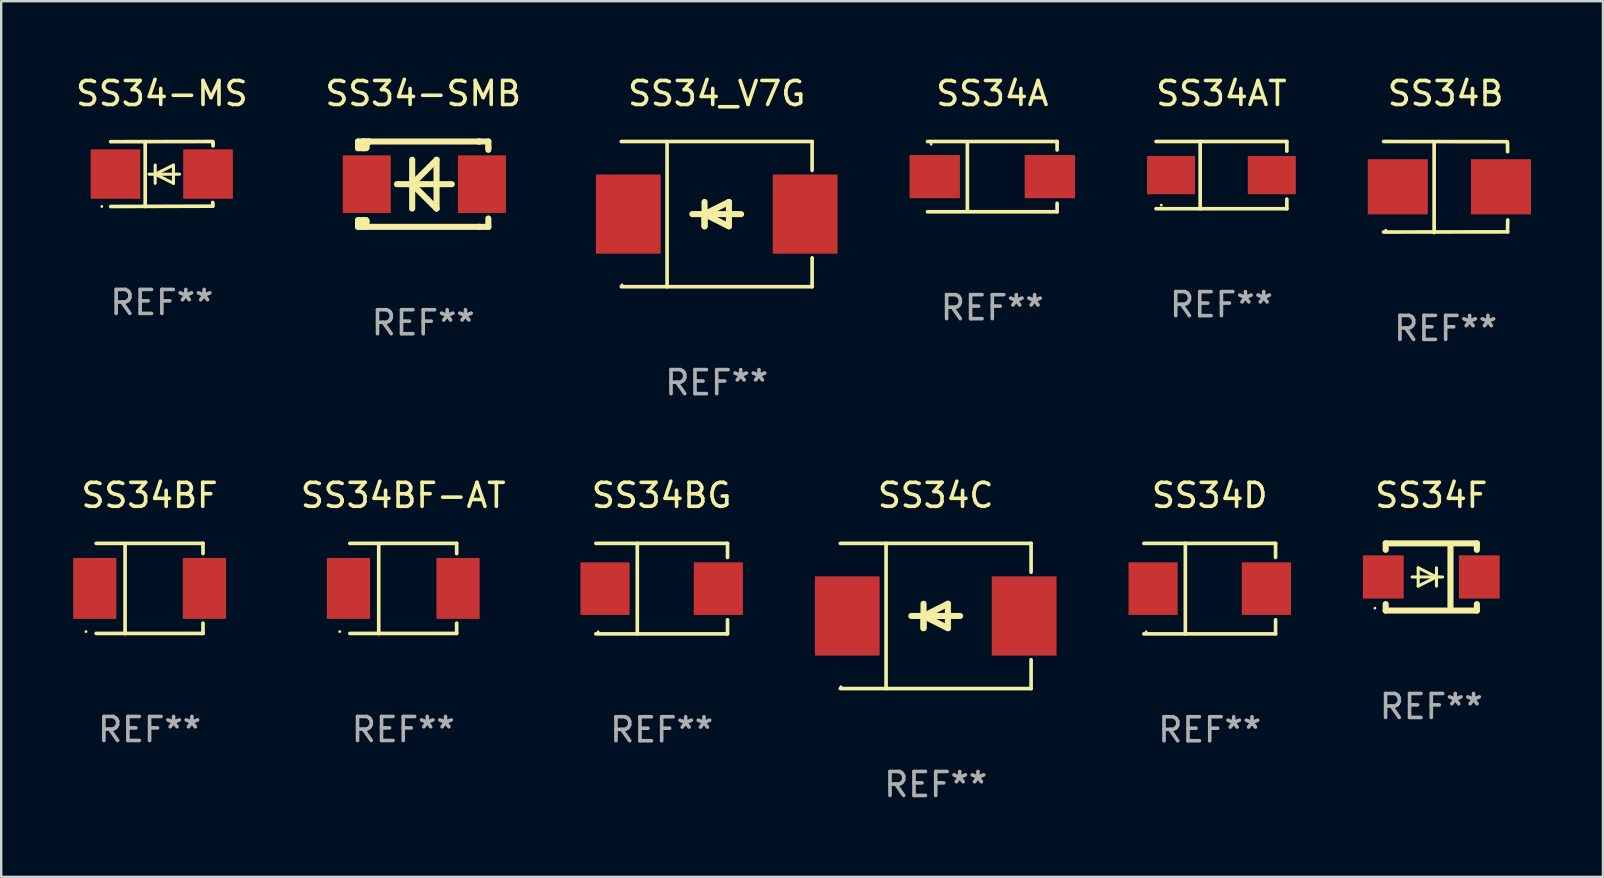
<source format=kicad_pcb>
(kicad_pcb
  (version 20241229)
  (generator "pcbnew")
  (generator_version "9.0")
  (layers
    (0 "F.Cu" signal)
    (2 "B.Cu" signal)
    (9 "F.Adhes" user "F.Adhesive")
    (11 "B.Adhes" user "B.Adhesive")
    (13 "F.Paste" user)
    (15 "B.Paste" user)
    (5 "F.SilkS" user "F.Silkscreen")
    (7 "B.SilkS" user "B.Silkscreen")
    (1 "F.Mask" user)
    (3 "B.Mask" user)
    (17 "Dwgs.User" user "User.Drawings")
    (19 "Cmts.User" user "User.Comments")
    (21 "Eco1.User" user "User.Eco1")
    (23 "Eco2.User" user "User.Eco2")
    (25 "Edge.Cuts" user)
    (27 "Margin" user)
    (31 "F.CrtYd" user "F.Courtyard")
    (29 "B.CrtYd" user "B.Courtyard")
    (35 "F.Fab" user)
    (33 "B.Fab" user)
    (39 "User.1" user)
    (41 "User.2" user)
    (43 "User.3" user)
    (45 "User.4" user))
  (footprint "SS34-SMB"
    (layer "F.Cu")
    (at 14.589 4.626)
    (property "Reference" "SS34-SMB" (at 0 -3.778 0) (layer "F.SilkS") (effects (font (size 1 1) (thickness 0.15))))
    (attr through_hole)
    (fp_line (start -2.715 -1.778) (end -2.715 -1.501) (stroke (width 0.254) (type solid)) (layer "F.SilkS"))
    (fp_line (start -2.715 -1.501) (end -2.505 -1.501) (stroke (width 0.254) (type solid)) (layer "F.SilkS"))
    (fp_line (start -2.715 1.501) (end -2.715 1.778) (stroke (width 0.254) (type solid)) (layer "F.SilkS"))
    (fp_line (start -2.715 1.501) (end -2.505 1.501) (stroke (width 0.254) (type solid)) (layer "F.SilkS"))
    (fp_line (start -2.715 1.778) (end -2.504 1.778) (stroke (width 0.254) (type solid)) (layer "F.SilkS"))
    (fp_line (start -2.505 -1.778) (end -2.715 -1.778) (stroke (width 0.254) (type solid)) (layer "F.SilkS"))
    (fp_line (start -2.505 -1.778) (end -2.238 -1.778) (stroke (width 0.254) (type solid)) (layer "F.SilkS"))
    (fp_line (start -2.505 -1.501) (end -2.505 -1.651) (stroke (width 0.254) (type solid)) (layer "F.SilkS"))
    (fp_line (start -2.505 -1.501) (end -2.388 -1.501) (stroke (width 0.254) (type solid)) (layer "F.SilkS"))
    (fp_line (start -2.505 1.501) (end -2.505 1.778) (stroke (width 0.254) (type solid)) (layer "F.SilkS"))
    (fp_line (start -2.505 1.501) (end -2.388 1.501) (stroke (width 0.254) (type solid)) (layer "F.SilkS"))
    (fp_line (start -2.388 1.501) (end -2.365 1.524) (stroke (width 0.254) (type solid)) (layer "F.SilkS"))
    (fp_line (start -2.388 -1.501) (end -2.365 -1.524) (stroke (width 0.254) (type solid)) (layer "F.SilkS"))
    (fp_line (start -2.365 -1.651) (end -2.505 -1.778) (stroke (width 0.254) (type solid)) (layer "F.SilkS"))
    (fp_line (start -2.365 -1.524) (end -2.365 -1.651) (stroke (width 0.254) (type solid)) (layer "F.SilkS"))
    (fp_line (start -2.365 1.524) (end -2.365 1.778) (stroke (width 0.254) (type solid)) (layer "F.SilkS"))
    (fp_line (start -2.239 -1.778) (end 2.333 -1.778) (stroke (width 0.254) (type solid)) (layer "F.SilkS"))
    (fp_line (start -2.238 -1.778) (end -2.505 -1.778) (stroke (width 0.254) (type solid)) (layer "F.SilkS"))
    (fp_line (start -1.095 0) (end 1.191 0) (stroke (width 0.254) (type solid)) (layer "F.SilkS"))
    (fp_line (start -0.46 -1.016) (end -0.46 1.016) (stroke (width 0.254) (type solid)) (layer "F.SilkS"))
    (fp_line (start -0.46 -0.000127) (end 0.556 1.016) (stroke (width 0.254) (type solid)) (layer "F.SilkS"))
    (fp_line (start 0.556 -1.016) (end 0.556 1.016) (stroke (width 0.254) (type solid)) (layer "F.SilkS"))
    (fp_line (start 0.556 -1.016) (end -0.46 -0.000127) (stroke (width 0.254) (type solid)) (layer "F.SilkS"))
    (fp_line (start 2.333 -1.778) (end 2.333 -1.778) (stroke (width 0.254) (type solid)) (layer "F.SilkS"))
    (fp_line (start 2.333 -1.778) (end 2.715 -1.778) (stroke (width 0.254) (type solid)) (layer "F.SilkS"))
    (fp_line (start 2.334 1.778) (end -2.504 1.778) (stroke (width 0.254) (type solid)) (layer "F.SilkS"))
    (fp_line (start 2.715 -1.778) (end 2.715 -1.524) (stroke (width 0.254) (type solid)) (layer "F.SilkS"))
    (fp_line (start 2.715 -1.524) (end 2.715 -1.431) (stroke (width 0.254) (type solid)) (layer "F.SilkS"))
    (fp_line (start 2.715 1.431) (end 2.715 1.778) (stroke (width 0.254) (type solid)) (layer "F.SilkS"))
    (fp_line (start 2.715 1.778) (end 2.334 1.778) (stroke (width 0.254) (type solid)) (layer "F.SilkS"))
    (fp_circle (center -2.602 1.8) (end -2.572 1.8) (stroke (width 0.06) (type solid)) (fill no) (layer "F.SilkS"))
    (fp_text user "REF**" (at 0 5.778 0) (layer "F.Fab") (effects (font (size 1 1) (thickness 0.15))))
    (pad "1" smd rect (at -2.352 -0.000076) (size 2 2.4) (layers "F.Cu" "F.Mask" "F.Paste"))
    (pad "2" smd rect (at 2.448 -0.000076) (size 2 2.4) (layers "F.Cu" "F.Mask" "F.Paste")))
  (footprint "SS34A"
    (layer "F.Cu")
    (at 38.308 4.312)
    (property "Reference" "SS34A" (at 0 -3.464 0) (layer "F.SilkS") (effects (font (size 1 1) (thickness 0.15))))
    (attr through_hole)
    (fp_line (start -2.701 -1.464) (end 2.701 -1.464) (stroke (width 0.152) (type solid)) (layer "F.SilkS"))
    (fp_line (start -2.701 1.464) (end 2.701 1.464) (stroke (width 0.152) (type solid)) (layer "F.SilkS"))
    (fp_line (start -1.039 -1.364) (end -1.039 1.364) (stroke (width 0.152) (type solid)) (layer "F.SilkS"))
    (fp_line (start 2.701 -1.464) (end 2.701 -1.113) (stroke (width 0.152) (type solid)) (layer "F.SilkS"))
    (fp_line (start 2.701 1.464) (end 2.701 1.113) (stroke (width 0.152) (type solid)) (layer "F.SilkS"))
    (fp_circle (center -2.55 -1.35) (end -2.52 -1.35) (stroke (width 0.06) (type solid)) (fill no) (layer "F.SilkS"))
    (fp_text user "REF**" (at 0 5.464 0) (layer "F.Fab") (effects (font (size 1 1) (thickness 0.15))))
    (pad "1" smd rect (at -2.4 0) (size 2.1 1.8) (layers "F.Cu" "F.Mask" "F.Paste"))
    (pad "2" smd rect (at 2.4 0) (size 2.1 1.8) (layers "F.Cu" "F.Mask" "F.Paste")))
  (footprint "SS34C"
    (layer "F.Cu")
    (at 35.949 22.623)
    (property "Reference" "SS34C" (at 0 -5.026 0) (layer "F.SilkS") (effects (font (size 1 1) (thickness 0.15))))
    (attr through_hole)
    (fp_line (start -3.976 -3.026) (end 3.976 -3.026) (stroke (width 0.152) (type solid)) (layer "F.SilkS"))
    (fp_line (start -3.976 3.026) (end 3.976 3.026) (stroke (width 0.152) (type solid)) (layer "F.SilkS"))
    (fp_line (start -2.069 -3.026) (end -2.069 3.026) (stroke (width 0.152) (type solid)) (layer "F.SilkS"))
    (fp_line (start -0.508 0) (end -0.508 0.508) (stroke (width 0.254) (type solid)) (layer "F.SilkS"))
    (fp_line (start -0.508 0) (end 0.508 0.508) (stroke (width 0.254) (type solid)) (layer "F.SilkS"))
    (fp_line (start -0.508 0.508) (end -0.508 -0.508) (stroke (width 0.254) (type solid)) (layer "F.SilkS"))
    (fp_line (start 0.508 -0.508) (end -0.508 0) (stroke (width 0.254) (type solid)) (layer "F.SilkS"))
    (fp_line (start 0.508 0.508) (end 0.508 -0.508) (stroke (width 0.254) (type solid)) (layer "F.SilkS"))
    (fp_line (start 1.016 0) (end -1.016 0) (stroke (width 0.254) (type solid)) (layer "F.SilkS"))
    (fp_line (start 3.976 -3.026) (end 3.976 -1.823) (stroke (width 0.152) (type solid)) (layer "F.SilkS"))
    (fp_line (start 3.976 3.026) (end 3.976 1.823) (stroke (width 0.152) (type solid)) (layer "F.SilkS"))
    (fp_circle (center -3.95 2.95) (end -3.92 2.95) (stroke (width 0.06) (type solid)) (fill no) (layer "F.SilkS"))
    (fp_text user "REF**" (at 0 7.026 0) (layer "F.Fab") (effects (font (size 1 1) (thickness 0.15))))
    (pad "1" smd rect (at -3.686 0) (size 2.7 3.3) (layers "F.Cu" "F.Mask" "F.Paste"))
    (pad "2" smd rect (at 3.686 0) (size 2.7 3.3) (layers "F.Cu" "F.Mask" "F.Paste")))
  (footprint "SS34F"
    (layer "F.Cu")
    (at 56.604 20.997)
    (property "Reference" "SS34F" (at 0 -3.4 0) (layer "F.SilkS") (effects (font (size 1 1) (thickness 0.15))))
    (attr through_hole)
    (fp_line (start -1.9 -1.4) (end -1.9 -1.131) (stroke (width 0.254) (type solid)) (layer "F.SilkS"))
    (fp_line (start -1.9 -1.4) (end 1.9 -1.4) (stroke (width 0.254) (type solid)) (layer "F.SilkS"))
    (fp_line (start -1.9 1.131) (end -1.9 1.4) (stroke (width 0.254) (type solid)) (layer "F.SilkS"))
    (fp_line (start -1.9 1.4) (end 1.9 1.4) (stroke (width 0.254) (type solid)) (layer "F.SilkS"))
    (fp_line (start -0.8 0) (end 0.47 0) (stroke (width 0.127) (type solid)) (layer "F.SilkS"))
    (fp_line (start -0.546 -0.381) (end 0.216 0) (stroke (width 0.127) (type solid)) (layer "F.SilkS"))
    (fp_line (start -0.546 0) (end -0.546 -0.381) (stroke (width 0.127) (type solid)) (layer "F.SilkS"))
    (fp_line (start -0.546 0) (end -0.546 0.381) (stroke (width 0.127) (type solid)) (layer "F.SilkS"))
    (fp_line (start -0.546 0.381) (end 0.216 0) (stroke (width 0.127) (type solid)) (layer "F.SilkS"))
    (fp_line (start 0.216 0) (end 0.216 -0.381) (stroke (width 0.127) (type solid)) (layer "F.SilkS"))
    (fp_line (start 0.216 0) (end 0.216 0.381) (stroke (width 0.127) (type solid)) (layer "F.SilkS"))
    (fp_line (start 0.8 1.25) (end 0.8 -1.25) (stroke (width 0.254) (type solid)) (layer "F.SilkS"))
    (fp_line (start 1.9 -1.4) (end 1.9 -1.131) (stroke (width 0.254) (type solid)) (layer "F.SilkS"))
    (fp_line (start 1.9 1.131) (end 1.9 1.4) (stroke (width 0.254) (type solid)) (layer "F.SilkS"))
    (fp_circle (center -2.35 1.3) (end -2.32 1.3) (stroke (width 0.06) (type solid)) (fill no) (layer "F.SilkS"))
    (fp_text user "REF**" (at 0 5.4 0) (layer "F.Fab") (effects (font (size 1 1) (thickness 0.15))))
    (pad "1" smd rect (at -2 0 180) (size 1.7 1.8) (layers "F.Cu" "F.Mask" "F.Paste"))
    (pad "2" smd rect (at 2 0 180) (size 1.7 1.8) (layers "F.Cu" "F.Mask" "F.Paste")))
  (footprint "SS34BG"
    (layer "F.Cu")
    (at 24.528 21.483)
    (property "Reference" "SS34BG" (at 0 -3.886 0) (layer "F.SilkS") (effects (font (size 1 1) (thickness 0.15))))
    (attr through_hole)
    (fp_line (start -2.744 -1.886) (end 2.744 -1.886) (stroke (width 0.152) (type solid)) (layer "F.SilkS"))
    (fp_line (start -2.744 1.886) (end 2.744 1.886) (stroke (width 0.152) (type solid)) (layer "F.SilkS"))
    (fp_line (start -1.016 -1.886) (end -1.016 1.886) (stroke (width 0.152) (type solid)) (layer "F.SilkS"))
    (fp_line (start 2.744 -1.886) (end 2.744 -1.299) (stroke (width 0.152) (type solid)) (layer "F.SilkS"))
    (fp_line (start 2.744 1.886) (end 2.744 1.299) (stroke (width 0.152) (type solid)) (layer "F.SilkS"))
    (fp_circle (center -2.65 1.8) (end -2.62 1.8) (stroke (width 0.06) (type solid)) (fill no) (layer "F.SilkS"))
    (fp_text user "REF**" (at 0 5.886 0) (layer "F.Fab") (effects (font (size 1 1) (thickness 0.15))))
    (pad "1" smd rect (at -2.361 0) (size 2.047 2.192) (layers "F.Cu" "F.Mask" "F.Paste"))
    (pad "2" smd rect (at 2.361 0) (size 2.047 2.192) (layers "F.Cu" "F.Mask" "F.Paste")))
  (footprint "SS34_V7G"
    (layer "F.Cu")
    (at 26.822 5.874)
    (property "Reference" "SS34_V7G" (at 0 -5.026 0) (layer "F.SilkS") (effects (font (size 1 1) (thickness 0.15))))
    (attr through_hole)
    (fp_line (start -3.976 -3.026) (end 3.976 -3.026) (stroke (width 0.152) (type solid)) (layer "F.SilkS"))
    (fp_line (start -3.976 3.026) (end 3.976 3.026) (stroke (width 0.152) (type solid)) (layer "F.SilkS"))
    (fp_line (start -2.069 -3.026) (end -2.069 3.026) (stroke (width 0.152) (type solid)) (layer "F.SilkS"))
    (fp_line (start -0.508 0) (end -0.508 0.508) (stroke (width 0.254) (type solid)) (layer "F.SilkS"))
    (fp_line (start -0.508 0) (end 0.508 0.508) (stroke (width 0.254) (type solid)) (layer "F.SilkS"))
    (fp_line (start -0.508 0.508) (end -0.508 -0.508) (stroke (width 0.254) (type solid)) (layer "F.SilkS"))
    (fp_line (start 0.508 -0.508) (end -0.508 0) (stroke (width 0.254) (type solid)) (layer "F.SilkS"))
    (fp_line (start 0.508 0.508) (end 0.508 -0.508) (stroke (width 0.254) (type solid)) (layer "F.SilkS"))
    (fp_line (start 1.016 0) (end -1.016 0) (stroke (width 0.254) (type solid)) (layer "F.SilkS"))
    (fp_line (start 3.976 -3.026) (end 3.976 -1.823) (stroke (width 0.152) (type solid)) (layer "F.SilkS"))
    (fp_line (start 3.976 3.026) (end 3.976 1.823) (stroke (width 0.152) (type solid)) (layer "F.SilkS"))
    (fp_circle (center -3.95 2.95) (end -3.92 2.95) (stroke (width 0.06) (type solid)) (fill no) (layer "F.SilkS"))
    (fp_text user "REF**" (at 0 7.026 0) (layer "F.Fab") (effects (font (size 1 1) (thickness 0.15))))
    (pad "1" smd rect (at -3.686 0) (size 2.7 3.3) (layers "F.Cu" "F.Mask" "F.Paste"))
    (pad "2" smd rect (at 3.686 0) (size 2.7 3.3) (layers "F.Cu" "F.Mask" "F.Paste")))
  (footprint "SS34-MS"
    (layer "F.Cu")
    (at 3.696 4.203)
    (property "Reference" "SS34-MS" (at 0 -3.355 0) (layer "F.SilkS") (effects (font (size 1 1) (thickness 0.15))))
    (attr through_hole)
    (fp_line (start -2.134 -1.348) (end 2.12 -1.355) (stroke (width 0.152) (type solid)) (layer "F.SilkS"))
    (fp_line (start -2.134 1.353) (end 2.107 1.34) (stroke (width 0.152) (type solid)) (layer "F.SilkS"))
    (fp_line (start -0.694 -1.348) (end -0.694 1.355) (stroke (width 0.152) (type solid)) (layer "F.SilkS"))
    (fp_line (start -0.278 0.007) (end -0.278 -0.374) (stroke (width 0.127) (type solid)) (layer "F.SilkS"))
    (fp_line (start -0.278 0.007) (end -0.278 0.388) (stroke (width 0.127) (type solid)) (layer "F.SilkS"))
    (fp_line (start 0.484 -0.374) (end -0.278 0.007) (stroke (width 0.127) (type solid)) (layer "F.SilkS"))
    (fp_line (start 0.484 0.007) (end 0.484 -0.374) (stroke (width 0.127) (type solid)) (layer "F.SilkS"))
    (fp_line (start 0.484 0.007) (end 0.484 0.388) (stroke (width 0.127) (type solid)) (layer "F.SilkS"))
    (fp_line (start 0.484 0.388) (end -0.278 0.007) (stroke (width 0.127) (type solid)) (layer "F.SilkS"))
    (fp_line (start 0.738 0.007) (end -0.532 0.007) (stroke (width 0.127) (type solid)) (layer "F.SilkS"))
    (fp_line (start 2.12 1.186) (end 2.12 1.237) (stroke (width 0.152) (type solid)) (layer "F.SilkS"))
    (fp_line (start 2.127 1.25) (end 2.127 1.34) (stroke (width 0.152) (type solid)) (layer "F.SilkS"))
    (fp_line (start 2.134 -1.309) (end 2.134 -1.258) (stroke (width 0.152) (type solid)) (layer "F.SilkS"))
    (fp_line (start 2.134 -1.261) (end 2.134 -1.172) (stroke (width 0.152) (type solid)) (layer "F.SilkS"))
    (fp_circle (center -2.503 1.352) (end -2.473 1.352) (stroke (width 0.06) (type solid)) (fill no) (layer "F.SilkS"))
    (fp_text user "REF**" (at 0 5.355 0) (layer "F.Fab") (effects (font (size 1 1) (thickness 0.15))))
    (pad "1" smd rect (at -1.933 0.002 180) (size 2.07 2.06) (layers "F.Cu" "F.Mask" "F.Paste"))
    (pad "2" smd rect (at 1.925 0.002 180) (size 2.07 2.06) (layers "F.Cu" "F.Mask" "F.Paste")))
  (footprint "SS34B"
    (layer "F.Cu")
    (at 57.203 4.744)
    (property "Reference" "SS34B" (at 0 -3.896 0) (layer "F.SilkS") (effects (font (size 1 1) (thickness 0.15))))
    (attr through_hole)
    (fp_line (start -2.588 -1.896) (end 2.568 -1.889) (stroke (width 0.152) (type solid)) (layer "F.SilkS"))
    (fp_line (start -2.588 1.877) (end 2.588 1.87) (stroke (width 0.152) (type solid)) (layer "F.SilkS"))
    (fp_line (start -0.48 1.896) (end -0.48 -1.871) (stroke (width 0.152) (type solid)) (layer "F.SilkS"))
    (fp_line (start 2.579 -1.849) (end 2.582 -1.472) (stroke (width 0.152) (type solid)) (layer "F.SilkS"))
    (fp_line (start 2.579 1.867) (end 2.587 1.372) (stroke (width 0.152) (type solid)) (layer "F.SilkS"))
    (fp_circle (center -2.492 1.801) (end -2.462 1.801) (stroke (width 0.06) (type solid)) (fill no) (layer "F.SilkS"))
    (fp_text user "REF**" (at 0 5.896 0) (layer "F.Fab") (effects (font (size 1 1) (thickness 0.15))))
    (pad "1" smd rect (at -1.995 -0.009) (size 2.5 2.3) (layers "F.Cu" "F.Mask" "F.Paste"))
    (pad "2" smd rect (at 2.305 -0.009) (size 2.5 2.3) (layers "F.Cu" "F.Mask" "F.Paste")))
  (footprint "SS34BF"
    (layer "F.Cu")
    (at 3.185 21.477)
    (property "Reference" "SS34BF" (at 0 -3.88 0) (layer "F.SilkS") (effects (font (size 1 1) (thickness 0.15))))
    (attr through_hole)
    (fp_line (start -2.226 -1.88) (end 2.226 -1.88) (stroke (width 0.152) (type solid)) (layer "F.SilkS"))
    (fp_line (start -2.226 1.873) (end 2.226 1.873) (stroke (width 0.152) (type solid)) (layer "F.SilkS"))
    (fp_line (start -1.022 -1.873) (end -1.022 1.88) (stroke (width 0.152) (type solid)) (layer "F.SilkS"))
    (fp_line (start 2.226 -1.88) (end 2.226 -1.453) (stroke (width 0.152) (type solid)) (layer "F.SilkS"))
    (fp_line (start 2.226 1.447) (end 2.226 1.873) (stroke (width 0.152) (type solid)) (layer "F.SilkS"))
    (fp_circle (center -2.65 1.797) (end -2.62 1.797) (stroke (width 0.06) (type solid)) (fill no) (layer "F.SilkS"))
    (fp_text user "REF**" (at 0 5.88 0) (layer "F.Fab") (effects (font (size 1 1) (thickness 0.15))))
    (pad "1" smd rect (at -2.285 -0.003) (size 1.8 2.54) (layers "F.Cu" "F.Mask" "F.Paste"))
    (pad "2" smd rect (at 2.285 -0.003) (size 1.8 2.54) (layers "F.Cu" "F.Mask" "F.Paste")))
  (footprint "SS34BF-AT"
    (layer "F.Cu")
    (at 13.757 21.477)
    (property "Reference" "SS34BF-AT" (at 0 -3.88 0) (layer "F.SilkS") (effects (font (size 1 1) (thickness 0.15))))
    (attr through_hole)
    (fp_line (start -2.226 -1.88) (end 2.226 -1.88) (stroke (width 0.152) (type solid)) (layer "F.SilkS"))
    (fp_line (start -2.226 1.873) (end 2.226 1.873) (stroke (width 0.152) (type solid)) (layer "F.SilkS"))
    (fp_line (start -1.022 -1.873) (end -1.022 1.88) (stroke (width 0.152) (type solid)) (layer "F.SilkS"))
    (fp_line (start 2.226 -1.88) (end 2.226 -1.453) (stroke (width 0.152) (type solid)) (layer "F.SilkS"))
    (fp_line (start 2.226 1.447) (end 2.226 1.873) (stroke (width 0.152) (type solid)) (layer "F.SilkS"))
    (fp_circle (center -2.65 1.797) (end -2.62 1.797) (stroke (width 0.06) (type solid)) (fill no) (layer "F.SilkS"))
    (fp_text user "REF**" (at 0 5.88 0) (layer "F.Fab") (effects (font (size 1 1) (thickness 0.15))))
    (pad "1" smd rect (at -2.285 -0.003) (size 1.8 2.54) (layers "F.Cu" "F.Mask" "F.Paste"))
    (pad "2" smd rect (at 2.285 -0.003) (size 1.8 2.54) (layers "F.Cu" "F.Mask" "F.Paste")))
  (footprint "SS34AT"
    (layer "F.Cu")
    (at 47.858 4.249)
    (property "Reference" "SS34AT" (at 0 -3.401 0) (layer "F.SilkS") (effects (font (size 1 1) (thickness 0.15))))
    (attr through_hole)
    (fp_line (start -2.726 -1.401) (end 2.726 -1.401) (stroke (width 0.152) (type solid)) (layer "F.SilkS"))
    (fp_line (start -2.726 1.401) (end 2.726 1.401) (stroke (width 0.152) (type solid)) (layer "F.SilkS"))
    (fp_line (start -0.886 -1.401) (end -0.886 1.401) (stroke (width 0.152) (type solid)) (layer "F.SilkS"))
    (fp_line (start 2.726 -1.401) (end 2.726 -1) (stroke (width 0.152) (type solid)) (layer "F.SilkS"))
    (fp_line (start 2.726 1.401) (end 2.726 1) (stroke (width 0.152) (type solid)) (layer "F.SilkS"))
    (fp_circle (center -2.507 1.25) (end -2.477 1.25) (stroke (width 0.06) (type solid)) (fill no) (layer "F.SilkS"))
    (fp_text user "REF**" (at 0 5.401 0) (layer "F.Fab") (effects (font (size 1 1) (thickness 0.15))))
    (pad "1" smd rect (at -2.1 0 180) (size 2 1.593) (layers "F.Cu" "F.Mask" "F.Paste"))
    (pad "2" smd rect (at 2.1 0 180) (size 2 1.593) (layers "F.Cu" "F.Mask" "F.Paste")))
  (footprint "SS34D"
    (layer "F.Cu")
    (at 47.37 21.483)
    (property "Reference" "SS34D" (at 0 -3.886 0) (layer "F.SilkS") (effects (font (size 1 1) (thickness 0.15))))
    (attr through_hole)
    (fp_line (start -2.744 -1.886) (end 2.744 -1.886) (stroke (width 0.152) (type solid)) (layer "F.SilkS"))
    (fp_line (start -2.744 1.886) (end 2.744 1.886) (stroke (width 0.152) (type solid)) (layer "F.SilkS"))
    (fp_line (start -1.016 -1.886) (end -1.016 1.886) (stroke (width 0.152) (type solid)) (layer "F.SilkS"))
    (fp_line (start 2.744 -1.886) (end 2.744 -1.299) (stroke (width 0.152) (type solid)) (layer "F.SilkS"))
    (fp_line (start 2.744 1.886) (end 2.744 1.299) (stroke (width 0.152) (type solid)) (layer "F.SilkS"))
    (fp_circle (center -2.65 1.8) (end -2.62 1.8) (stroke (width 0.06) (type solid)) (fill no) (layer "F.SilkS"))
    (fp_text user "REF**" (at 0 5.886 0) (layer "F.Fab") (effects (font (size 1 1) (thickness 0.15))))
    (pad "1" smd rect (at -2.361 0) (size 2.047 2.192) (layers "F.Cu" "F.Mask" "F.Paste"))
    (pad "2" smd rect (at 2.361 0) (size 2.047 2.192) (layers "F.Cu" "F.Mask" "F.Paste")))
  (gr_rect
    (start -3 -3)
    (end 63.759 33.498)
    (stroke (width 0.1) (type default))
    (fill no)
    (layer "Edge.Cuts")))
</source>
